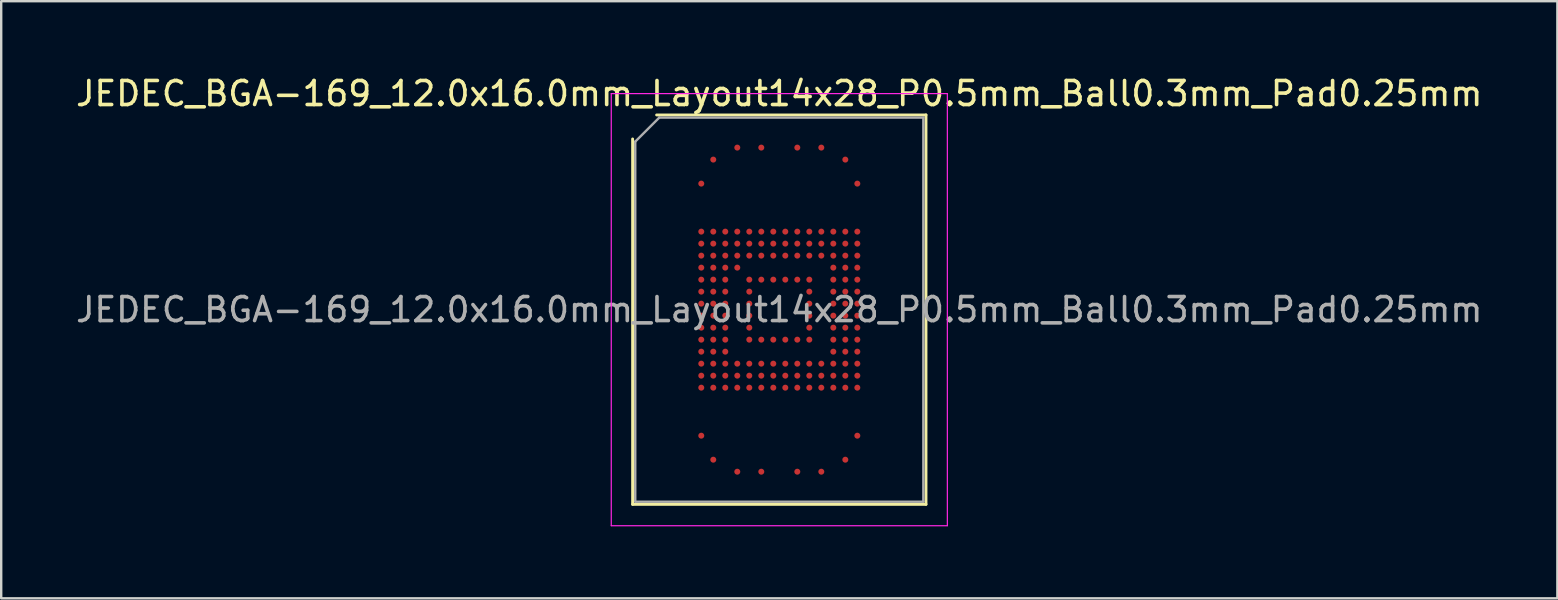
<source format=kicad_pcb>
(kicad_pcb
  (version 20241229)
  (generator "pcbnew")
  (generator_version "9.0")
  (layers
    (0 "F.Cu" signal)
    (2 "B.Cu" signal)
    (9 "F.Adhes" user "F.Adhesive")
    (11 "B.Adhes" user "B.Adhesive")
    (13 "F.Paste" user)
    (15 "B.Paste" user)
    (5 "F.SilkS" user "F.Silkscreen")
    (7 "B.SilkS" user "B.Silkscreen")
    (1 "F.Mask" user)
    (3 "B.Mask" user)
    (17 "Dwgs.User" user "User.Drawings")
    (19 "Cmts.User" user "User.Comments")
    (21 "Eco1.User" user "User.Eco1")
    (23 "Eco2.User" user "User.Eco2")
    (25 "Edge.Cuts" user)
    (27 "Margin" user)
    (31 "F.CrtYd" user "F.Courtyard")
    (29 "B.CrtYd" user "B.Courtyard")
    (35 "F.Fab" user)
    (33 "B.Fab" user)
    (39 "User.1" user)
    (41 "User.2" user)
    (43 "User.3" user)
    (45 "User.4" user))
  (footprint "JEDEC_BGA-169_12.0x16.0mm_Layout14x28_P0.5mm_Ball0.3mm_Pad0.25mm"
    (layer "F.Cu")
    (at 29.411 9.848)
    (property "Reference" "JEDEC_BGA-169_12.0x16.0mm_Layout14x28_P0.5mm_Ball0.3mm_Pad0.25mm" (at 0 -9 0) (layer "F.SilkS") (effects (font (size 1 1) (thickness 0.15))))
    (attr smd)
    (fp_line (start -6.11 8.11) (end -6.11 -7.11) (stroke (width 0.12) (type solid)) (layer "F.SilkS"))
    (fp_line (start -5.11 -8.11) (end 6.11 -8.11) (stroke (width 0.12) (type solid)) (layer "F.SilkS"))
    (fp_line (start 6.11 -8.11) (end 6.11 8.11) (stroke (width 0.12) (type solid)) (layer "F.SilkS"))
    (fp_line (start 6.11 8.11) (end -6.11 8.11) (stroke (width 0.12) (type solid)) (layer "F.SilkS"))
    (fp_line (start -7 -9) (end -7 9) (stroke (width 0.05) (type solid)) (layer "F.CrtYd"))
    (fp_line (start -7 9) (end 7 9) (stroke (width 0.05) (type solid)) (layer "F.CrtYd"))
    (fp_line (start 7 -9) (end -7 -9) (stroke (width 0.05) (type solid)) (layer "F.CrtYd"))
    (fp_line (start 7 9) (end 7 -9) (stroke (width 0.05) (type solid)) (layer "F.CrtYd"))
    (fp_line (start -6 -7) (end -5 -8) (stroke (width 0.1) (type solid)) (layer "F.Fab"))
    (fp_line (start -6 8) (end -6 -7) (stroke (width 0.1) (type solid)) (layer "F.Fab"))
    (fp_line (start -5 -8) (end 6 -8) (stroke (width 0.1) (type solid)) (layer "F.Fab"))
    (fp_line (start 6 -8) (end 6 8) (stroke (width 0.1) (type solid)) (layer "F.Fab"))
    (fp_line (start 6 8) (end -6 8) (stroke (width 0.1) (type solid)) (layer "F.Fab"))
    (fp_text user "${REFERENCE}" (at 0 0 0) (layer "F.Fab") (effects (font (size 1 1) (thickness 0.15))))
    (pad "A4" smd circle (at -1.75 -6.75) (size 0.25 0.25) (layers "F.Cu" "F.Mask" "F.Paste"))
    (pad "A6" smd circle (at -0.75 -6.75) (size 0.25 0.25) (layers "F.Cu" "F.Mask" "F.Paste"))
    (pad "A9" smd circle (at 0.75 -6.75) (size 0.25 0.25) (layers "F.Cu" "F.Mask" "F.Paste"))
    (pad "A11" smd circle (at 1.75 -6.75) (size 0.25 0.25) (layers "F.Cu" "F.Mask" "F.Paste"))
    (pad "AA1" smd circle (at -3.25 3.25) (size 0.25 0.25) (layers "F.Cu" "F.Mask" "F.Paste"))
    (pad "AA2" smd circle (at -2.75 3.25) (size 0.25 0.25) (layers "F.Cu" "F.Mask" "F.Paste"))
    (pad "AA3" smd circle (at -2.25 3.25) (size 0.25 0.25) (layers "F.Cu" "F.Mask" "F.Paste"))
    (pad "AA4" smd circle (at -1.75 3.25) (size 0.25 0.25) (layers "F.Cu" "F.Mask" "F.Paste"))
    (pad "AA5" smd circle (at -1.25 3.25) (size 0.25 0.25) (layers "F.Cu" "F.Mask" "F.Paste"))
    (pad "AA6" smd circle (at -0.75 3.25) (size 0.25 0.25) (layers "F.Cu" "F.Mask" "F.Paste"))
    (pad "AA7" smd circle (at -0.25 3.25) (size 0.25 0.25) (layers "F.Cu" "F.Mask" "F.Paste"))
    (pad "AA8" smd circle (at 0.25 3.25) (size 0.25 0.25) (layers "F.Cu" "F.Mask" "F.Paste"))
    (pad "AA9" smd circle (at 0.75 3.25) (size 0.25 0.25) (layers "F.Cu" "F.Mask" "F.Paste"))
    (pad "AA10" smd circle (at 1.25 3.25) (size 0.25 0.25) (layers "F.Cu" "F.Mask" "F.Paste"))
    (pad "AA11" smd circle (at 1.75 3.25) (size 0.25 0.25) (layers "F.Cu" "F.Mask" "F.Paste"))
    (pad "AA12" smd circle (at 2.25 3.25) (size 0.25 0.25) (layers "F.Cu" "F.Mask" "F.Paste"))
    (pad "AA13" smd circle (at 2.75 3.25) (size 0.25 0.25) (layers "F.Cu" "F.Mask" "F.Paste"))
    (pad "AA14" smd circle (at 3.25 3.25) (size 0.25 0.25) (layers "F.Cu" "F.Mask" "F.Paste"))
    (pad "AE1" smd circle (at -3.25 5.25) (size 0.25 0.25) (layers "F.Cu" "F.Mask" "F.Paste"))
    (pad "AE14" smd circle (at 3.25 5.25) (size 0.25 0.25) (layers "F.Cu" "F.Mask" "F.Paste"))
    (pad "AG2" smd circle (at -2.75 6.25) (size 0.25 0.25) (layers "F.Cu" "F.Mask" "F.Paste"))
    (pad "AG13" smd circle (at 2.75 6.25) (size 0.25 0.25) (layers "F.Cu" "F.Mask" "F.Paste"))
    (pad "AH4" smd circle (at -1.75 6.75) (size 0.25 0.25) (layers "F.Cu" "F.Mask" "F.Paste"))
    (pad "AH6" smd circle (at -0.75 6.75) (size 0.25 0.25) (layers "F.Cu" "F.Mask" "F.Paste"))
    (pad "AH9" smd circle (at 0.75 6.75) (size 0.25 0.25) (layers "F.Cu" "F.Mask" "F.Paste"))
    (pad "AH11" smd circle (at 1.75 6.75) (size 0.25 0.25) (layers "F.Cu" "F.Mask" "F.Paste"))
    (pad "B2" smd circle (at -2.75 -6.25) (size 0.25 0.25) (layers "F.Cu" "F.Mask" "F.Paste"))
    (pad "B13" smd circle (at 2.75 -6.25) (size 0.25 0.25) (layers "F.Cu" "F.Mask" "F.Paste"))
    (pad "D1" smd circle (at -3.25 -5.25) (size 0.25 0.25) (layers "F.Cu" "F.Mask" "F.Paste"))
    (pad "D14" smd circle (at 3.25 -5.25) (size 0.25 0.25) (layers "F.Cu" "F.Mask" "F.Paste"))
    (pad "H1" smd circle (at -3.25 -3.25) (size 0.25 0.25) (layers "F.Cu" "F.Mask" "F.Paste"))
    (pad "H2" smd circle (at -2.75 -3.25) (size 0.25 0.25) (layers "F.Cu" "F.Mask" "F.Paste"))
    (pad "H3" smd circle (at -2.25 -3.25) (size 0.25 0.25) (layers "F.Cu" "F.Mask" "F.Paste"))
    (pad "H4" smd circle (at -1.75 -3.25) (size 0.25 0.25) (layers "F.Cu" "F.Mask" "F.Paste"))
    (pad "H5" smd circle (at -1.25 -3.25) (size 0.25 0.25) (layers "F.Cu" "F.Mask" "F.Paste"))
    (pad "H6" smd circle (at -0.75 -3.25) (size 0.25 0.25) (layers "F.Cu" "F.Mask" "F.Paste"))
    (pad "H7" smd circle (at -0.25 -3.25) (size 0.25 0.25) (layers "F.Cu" "F.Mask" "F.Paste"))
    (pad "H8" smd circle (at 0.25 -3.25) (size 0.25 0.25) (layers "F.Cu" "F.Mask" "F.Paste"))
    (pad "H9" smd circle (at 0.75 -3.25) (size 0.25 0.25) (layers "F.Cu" "F.Mask" "F.Paste"))
    (pad "H10" smd circle (at 1.25 -3.25) (size 0.25 0.25) (layers "F.Cu" "F.Mask" "F.Paste"))
    (pad "H11" smd circle (at 1.75 -3.25) (size 0.25 0.25) (layers "F.Cu" "F.Mask" "F.Paste"))
    (pad "H12" smd circle (at 2.25 -3.25) (size 0.25 0.25) (layers "F.Cu" "F.Mask" "F.Paste"))
    (pad "H13" smd circle (at 2.75 -3.25) (size 0.25 0.25) (layers "F.Cu" "F.Mask" "F.Paste"))
    (pad "H14" smd circle (at 3.25 -3.25) (size 0.25 0.25) (layers "F.Cu" "F.Mask" "F.Paste"))
    (pad "J1" smd circle (at -3.25 -2.75) (size 0.25 0.25) (layers "F.Cu" "F.Mask" "F.Paste"))
    (pad "J2" smd circle (at -2.75 -2.75) (size 0.25 0.25) (layers "F.Cu" "F.Mask" "F.Paste"))
    (pad "J3" smd circle (at -2.25 -2.75) (size 0.25 0.25) (layers "F.Cu" "F.Mask" "F.Paste"))
    (pad "J4" smd circle (at -1.75 -2.75) (size 0.25 0.25) (layers "F.Cu" "F.Mask" "F.Paste"))
    (pad "J5" smd circle (at -1.25 -2.75) (size 0.25 0.25) (layers "F.Cu" "F.Mask" "F.Paste"))
    (pad "J6" smd circle (at -0.75 -2.75) (size 0.25 0.25) (layers "F.Cu" "F.Mask" "F.Paste"))
    (pad "J7" smd circle (at -0.25 -2.75) (size 0.25 0.25) (layers "F.Cu" "F.Mask" "F.Paste"))
    (pad "J8" smd circle (at 0.25 -2.75) (size 0.25 0.25) (layers "F.Cu" "F.Mask" "F.Paste"))
    (pad "J9" smd circle (at 0.75 -2.75) (size 0.25 0.25) (layers "F.Cu" "F.Mask" "F.Paste"))
    (pad "J10" smd circle (at 1.25 -2.75) (size 0.25 0.25) (layers "F.Cu" "F.Mask" "F.Paste"))
    (pad "J11" smd circle (at 1.75 -2.75) (size 0.25 0.25) (layers "F.Cu" "F.Mask" "F.Paste"))
    (pad "J12" smd circle (at 2.25 -2.75) (size 0.25 0.25) (layers "F.Cu" "F.Mask" "F.Paste"))
    (pad "J13" smd circle (at 2.75 -2.75) (size 0.25 0.25) (layers "F.Cu" "F.Mask" "F.Paste"))
    (pad "J14" smd circle (at 3.25 -2.75) (size 0.25 0.25) (layers "F.Cu" "F.Mask" "F.Paste"))
    (pad "K1" smd circle (at -3.25 -2.25) (size 0.25 0.25) (layers "F.Cu" "F.Mask" "F.Paste"))
    (pad "K2" smd circle (at -2.75 -2.25) (size 0.25 0.25) (layers "F.Cu" "F.Mask" "F.Paste"))
    (pad "K3" smd circle (at -2.25 -2.25) (size 0.25 0.25) (layers "F.Cu" "F.Mask" "F.Paste"))
    (pad "K4" smd circle (at -1.75 -2.25) (size 0.25 0.25) (layers "F.Cu" "F.Mask" "F.Paste"))
    (pad "K5" smd circle (at -1.25 -2.25) (size 0.25 0.25) (layers "F.Cu" "F.Mask" "F.Paste"))
    (pad "K6" smd circle (at -0.75 -2.25) (size 0.25 0.25) (layers "F.Cu" "F.Mask" "F.Paste"))
    (pad "K7" smd circle (at -0.25 -2.25) (size 0.25 0.25) (layers "F.Cu" "F.Mask" "F.Paste"))
    (pad "K8" smd circle (at 0.25 -2.25) (size 0.25 0.25) (layers "F.Cu" "F.Mask" "F.Paste"))
    (pad "K9" smd circle (at 0.75 -2.25) (size 0.25 0.25) (layers "F.Cu" "F.Mask" "F.Paste"))
    (pad "K10" smd circle (at 1.25 -2.25) (size 0.25 0.25) (layers "F.Cu" "F.Mask" "F.Paste"))
    (pad "K11" smd circle (at 1.75 -2.25) (size 0.25 0.25) (layers "F.Cu" "F.Mask" "F.Paste"))
    (pad "K12" smd circle (at 2.25 -2.25) (size 0.25 0.25) (layers "F.Cu" "F.Mask" "F.Paste"))
    (pad "K13" smd circle (at 2.75 -2.25) (size 0.25 0.25) (layers "F.Cu" "F.Mask" "F.Paste"))
    (pad "K14" smd circle (at 3.25 -2.25) (size 0.25 0.25) (layers "F.Cu" "F.Mask" "F.Paste"))
    (pad "L1" smd circle (at -3.25 -1.75) (size 0.25 0.25) (layers "F.Cu" "F.Mask" "F.Paste"))
    (pad "L2" smd circle (at -2.75 -1.75) (size 0.25 0.25) (layers "F.Cu" "F.Mask" "F.Paste"))
    (pad "L3" smd circle (at -2.25 -1.75) (size 0.25 0.25) (layers "F.Cu" "F.Mask" "F.Paste"))
    (pad "L4" smd circle (at -1.75 -1.75) (size 0.25 0.25) (layers "F.Cu" "F.Mask" "F.Paste"))
    (pad "L12" smd circle (at 2.25 -1.75) (size 0.25 0.25) (layers "F.Cu" "F.Mask" "F.Paste"))
    (pad "L13" smd circle (at 2.75 -1.75) (size 0.25 0.25) (layers "F.Cu" "F.Mask" "F.Paste"))
    (pad "L14" smd circle (at 3.25 -1.75) (size 0.25 0.25) (layers "F.Cu" "F.Mask" "F.Paste"))
    (pad "M1" smd circle (at -3.25 -1.25) (size 0.25 0.25) (layers "F.Cu" "F.Mask" "F.Paste"))
    (pad "M2" smd circle (at -2.75 -1.25) (size 0.25 0.25) (layers "F.Cu" "F.Mask" "F.Paste"))
    (pad "M3" smd circle (at -2.25 -1.25) (size 0.25 0.25) (layers "F.Cu" "F.Mask" "F.Paste"))
    (pad "M5" smd circle (at -1.25 -1.25) (size 0.25 0.25) (layers "F.Cu" "F.Mask" "F.Paste"))
    (pad "M6" smd circle (at -0.75 -1.25) (size 0.25 0.25) (layers "F.Cu" "F.Mask" "F.Paste"))
    (pad "M7" smd circle (at -0.25 -1.25) (size 0.25 0.25) (layers "F.Cu" "F.Mask" "F.Paste"))
    (pad "M8" smd circle (at 0.25 -1.25) (size 0.25 0.25) (layers "F.Cu" "F.Mask" "F.Paste"))
    (pad "M9" smd circle (at 0.75 -1.25) (size 0.25 0.25) (layers "F.Cu" "F.Mask" "F.Paste"))
    (pad "M10" smd circle (at 1.25 -1.25) (size 0.25 0.25) (layers "F.Cu" "F.Mask" "F.Paste"))
    (pad "M12" smd circle (at 2.25 -1.25) (size 0.25 0.25) (layers "F.Cu" "F.Mask" "F.Paste"))
    (pad "M13" smd circle (at 2.75 -1.25) (size 0.25 0.25) (layers "F.Cu" "F.Mask" "F.Paste"))
    (pad "M14" smd circle (at 3.25 -1.25) (size 0.25 0.25) (layers "F.Cu" "F.Mask" "F.Paste"))
    (pad "N1" smd circle (at -3.25 -0.75) (size 0.25 0.25) (layers "F.Cu" "F.Mask" "F.Paste"))
    (pad "N2" smd circle (at -2.75 -0.75) (size 0.25 0.25) (layers "F.Cu" "F.Mask" "F.Paste"))
    (pad "N3" smd circle (at -2.25 -0.75) (size 0.25 0.25) (layers "F.Cu" "F.Mask" "F.Paste"))
    (pad "N5" smd circle (at -1.25 -0.75) (size 0.25 0.25) (layers "F.Cu" "F.Mask" "F.Paste"))
    (pad "N10" smd circle (at 1.25 -0.75) (size 0.25 0.25) (layers "F.Cu" "F.Mask" "F.Paste"))
    (pad "N12" smd circle (at 2.25 -0.75) (size 0.25 0.25) (layers "F.Cu" "F.Mask" "F.Paste"))
    (pad "N13" smd circle (at 2.75 -0.75) (size 0.25 0.25) (layers "F.Cu" "F.Mask" "F.Paste"))
    (pad "N14" smd circle (at 3.25 -0.75) (size 0.25 0.25) (layers "F.Cu" "F.Mask" "F.Paste"))
    (pad "P1" smd circle (at -3.25 -0.25) (size 0.25 0.25) (layers "F.Cu" "F.Mask" "F.Paste"))
    (pad "P2" smd circle (at -2.75 -0.25) (size 0.25 0.25) (layers "F.Cu" "F.Mask" "F.Paste"))
    (pad "P3" smd circle (at -2.25 -0.25) (size 0.25 0.25) (layers "F.Cu" "F.Mask" "F.Paste"))
    (pad "P5" smd circle (at -1.25 -0.25) (size 0.25 0.25) (layers "F.Cu" "F.Mask" "F.Paste"))
    (pad "P10" smd circle (at 1.25 -0.25) (size 0.25 0.25) (layers "F.Cu" "F.Mask" "F.Paste"))
    (pad "P12" smd circle (at 2.25 -0.25) (size 0.25 0.25) (layers "F.Cu" "F.Mask" "F.Paste"))
    (pad "P13" smd circle (at 2.75 -0.25) (size 0.25 0.25) (layers "F.Cu" "F.Mask" "F.Paste"))
    (pad "P14" smd circle (at 3.25 -0.25) (size 0.25 0.25) (layers "F.Cu" "F.Mask" "F.Paste"))
    (pad "R1" smd circle (at -3.25 0.25) (size 0.25 0.25) (layers "F.Cu" "F.Mask" "F.Paste"))
    (pad "R2" smd circle (at -2.75 0.25) (size 0.25 0.25) (layers "F.Cu" "F.Mask" "F.Paste"))
    (pad "R3" smd circle (at -2.25 0.25) (size 0.25 0.25) (layers "F.Cu" "F.Mask" "F.Paste"))
    (pad "R5" smd circle (at -1.25 0.25) (size 0.25 0.25) (layers "F.Cu" "F.Mask" "F.Paste"))
    (pad "R10" smd circle (at 1.25 0.25) (size 0.25 0.25) (layers "F.Cu" "F.Mask" "F.Paste"))
    (pad "R12" smd circle (at 2.25 0.25) (size 0.25 0.25) (layers "F.Cu" "F.Mask" "F.Paste"))
    (pad "R13" smd circle (at 2.75 0.25) (size 0.25 0.25) (layers "F.Cu" "F.Mask" "F.Paste"))
    (pad "R14" smd circle (at 3.25 0.25) (size 0.25 0.25) (layers "F.Cu" "F.Mask" "F.Paste"))
    (pad "T1" smd circle (at -3.25 0.75) (size 0.25 0.25) (layers "F.Cu" "F.Mask" "F.Paste"))
    (pad "T2" smd circle (at -2.75 0.75) (size 0.25 0.25) (layers "F.Cu" "F.Mask" "F.Paste"))
    (pad "T3" smd circle (at -2.25 0.75) (size 0.25 0.25) (layers "F.Cu" "F.Mask" "F.Paste"))
    (pad "T5" smd circle (at -1.25 0.75) (size 0.25 0.25) (layers "F.Cu" "F.Mask" "F.Paste"))
    (pad "T10" smd circle (at 1.25 0.75) (size 0.25 0.25) (layers "F.Cu" "F.Mask" "F.Paste"))
    (pad "T12" smd circle (at 2.25 0.75) (size 0.25 0.25) (layers "F.Cu" "F.Mask" "F.Paste"))
    (pad "T13" smd circle (at 2.75 0.75) (size 0.25 0.25) (layers "F.Cu" "F.Mask" "F.Paste"))
    (pad "T14" smd circle (at 3.25 0.75) (size 0.25 0.25) (layers "F.Cu" "F.Mask" "F.Paste"))
    (pad "U1" smd circle (at -3.25 1.25) (size 0.25 0.25) (layers "F.Cu" "F.Mask" "F.Paste"))
    (pad "U2" smd circle (at -2.75 1.25) (size 0.25 0.25) (layers "F.Cu" "F.Mask" "F.Paste"))
    (pad "U3" smd circle (at -2.25 1.25) (size 0.25 0.25) (layers "F.Cu" "F.Mask" "F.Paste"))
    (pad "U5" smd circle (at -1.25 1.25) (size 0.25 0.25) (layers "F.Cu" "F.Mask" "F.Paste"))
    (pad "U6" smd circle (at -0.75 1.25) (size 0.25 0.25) (layers "F.Cu" "F.Mask" "F.Paste"))
    (pad "U7" smd circle (at -0.25 1.25) (size 0.25 0.25) (layers "F.Cu" "F.Mask" "F.Paste"))
    (pad "U8" smd circle (at 0.25 1.25) (size 0.25 0.25) (layers "F.Cu" "F.Mask" "F.Paste"))
    (pad "U9" smd circle (at 0.75 1.25) (size 0.25 0.25) (layers "F.Cu" "F.Mask" "F.Paste"))
    (pad "U10" smd circle (at 1.25 1.25) (size 0.25 0.25) (layers "F.Cu" "F.Mask" "F.Paste"))
    (pad "U12" smd circle (at 2.25 1.25) (size 0.25 0.25) (layers "F.Cu" "F.Mask" "F.Paste"))
    (pad "U13" smd circle (at 2.75 1.25) (size 0.25 0.25) (layers "F.Cu" "F.Mask" "F.Paste"))
    (pad "U14" smd circle (at 3.25 1.25) (size 0.25 0.25) (layers "F.Cu" "F.Mask" "F.Paste"))
    (pad "V1" smd circle (at -3.25 1.75) (size 0.25 0.25) (layers "F.Cu" "F.Mask" "F.Paste"))
    (pad "V2" smd circle (at -2.75 1.75) (size 0.25 0.25) (layers "F.Cu" "F.Mask" "F.Paste"))
    (pad "V3" smd circle (at -2.25 1.75) (size 0.25 0.25) (layers "F.Cu" "F.Mask" "F.Paste"))
    (pad "V12" smd circle (at 2.25 1.75) (size 0.25 0.25) (layers "F.Cu" "F.Mask" "F.Paste"))
    (pad "V13" smd circle (at 2.75 1.75) (size 0.25 0.25) (layers "F.Cu" "F.Mask" "F.Paste"))
    (pad "V14" smd circle (at 3.25 1.75) (size 0.25 0.25) (layers "F.Cu" "F.Mask" "F.Paste"))
    (pad "W1" smd circle (at -3.25 2.25) (size 0.25 0.25) (layers "F.Cu" "F.Mask" "F.Paste"))
    (pad "W2" smd circle (at -2.75 2.25) (size 0.25 0.25) (layers "F.Cu" "F.Mask" "F.Paste"))
    (pad "W3" smd circle (at -2.25 2.25) (size 0.25 0.25) (layers "F.Cu" "F.Mask" "F.Paste"))
    (pad "W4" smd circle (at -1.75 2.25) (size 0.25 0.25) (layers "F.Cu" "F.Mask" "F.Paste"))
    (pad "W5" smd circle (at -1.25 2.25) (size 0.25 0.25) (layers "F.Cu" "F.Mask" "F.Paste"))
    (pad "W6" smd circle (at -0.75 2.25) (size 0.25 0.25) (layers "F.Cu" "F.Mask" "F.Paste"))
    (pad "W7" smd circle (at -0.25 2.25) (size 0.25 0.25) (layers "F.Cu" "F.Mask" "F.Paste"))
    (pad "W8" smd circle (at 0.25 2.25) (size 0.25 0.25) (layers "F.Cu" "F.Mask" "F.Paste"))
    (pad "W9" smd circle (at 0.75 2.25) (size 0.25 0.25) (layers "F.Cu" "F.Mask" "F.Paste"))
    (pad "W10" smd circle (at 1.25 2.25) (size 0.25 0.25) (layers "F.Cu" "F.Mask" "F.Paste"))
    (pad "W11" smd circle (at 1.75 2.25) (size 0.25 0.25) (layers "F.Cu" "F.Mask" "F.Paste"))
    (pad "W12" smd circle (at 2.25 2.25) (size 0.25 0.25) (layers "F.Cu" "F.Mask" "F.Paste"))
    (pad "W13" smd circle (at 2.75 2.25) (size 0.25 0.25) (layers "F.Cu" "F.Mask" "F.Paste"))
    (pad "W14" smd circle (at 3.25 2.25) (size 0.25 0.25) (layers "F.Cu" "F.Mask" "F.Paste"))
    (pad "Y1" smd circle (at -3.25 2.75) (size 0.25 0.25) (layers "F.Cu" "F.Mask" "F.Paste"))
    (pad "Y2" smd circle (at -2.75 2.75) (size 0.25 0.25) (layers "F.Cu" "F.Mask" "F.Paste"))
    (pad "Y3" smd circle (at -2.25 2.75) (size 0.25 0.25) (layers "F.Cu" "F.Mask" "F.Paste"))
    (pad "Y4" smd circle (at -1.75 2.75) (size 0.25 0.25) (layers "F.Cu" "F.Mask" "F.Paste"))
    (pad "Y5" smd circle (at -1.25 2.75) (size 0.25 0.25) (layers "F.Cu" "F.Mask" "F.Paste"))
    (pad "Y6" smd circle (at -0.75 2.75) (size 0.25 0.25) (layers "F.Cu" "F.Mask" "F.Paste"))
    (pad "Y7" smd circle (at -0.25 2.75) (size 0.25 0.25) (layers "F.Cu" "F.Mask" "F.Paste"))
    (pad "Y8" smd circle (at 0.25 2.75) (size 0.25 0.25) (layers "F.Cu" "F.Mask" "F.Paste"))
    (pad "Y9" smd circle (at 0.75 2.75) (size 0.25 0.25) (layers "F.Cu" "F.Mask" "F.Paste"))
    (pad "Y10" smd circle (at 1.25 2.75) (size 0.25 0.25) (layers "F.Cu" "F.Mask" "F.Paste"))
    (pad "Y11" smd circle (at 1.75 2.75) (size 0.25 0.25) (layers "F.Cu" "F.Mask" "F.Paste"))
    (pad "Y12" smd circle (at 2.25 2.75) (size 0.25 0.25) (layers "F.Cu" "F.Mask" "F.Paste"))
    (pad "Y13" smd circle (at 2.75 2.75) (size 0.25 0.25) (layers "F.Cu" "F.Mask" "F.Paste"))
    (pad "Y14" smd circle (at 3.25 2.75) (size 0.25 0.25) (layers "F.Cu" "F.Mask" "F.Paste")))
  (gr_rect
    (start -3 -3)
    (end 61.821 21.873)
    (stroke (width 0.1) (type default))
    (fill no)
    (layer "Edge.Cuts")))
</source>
